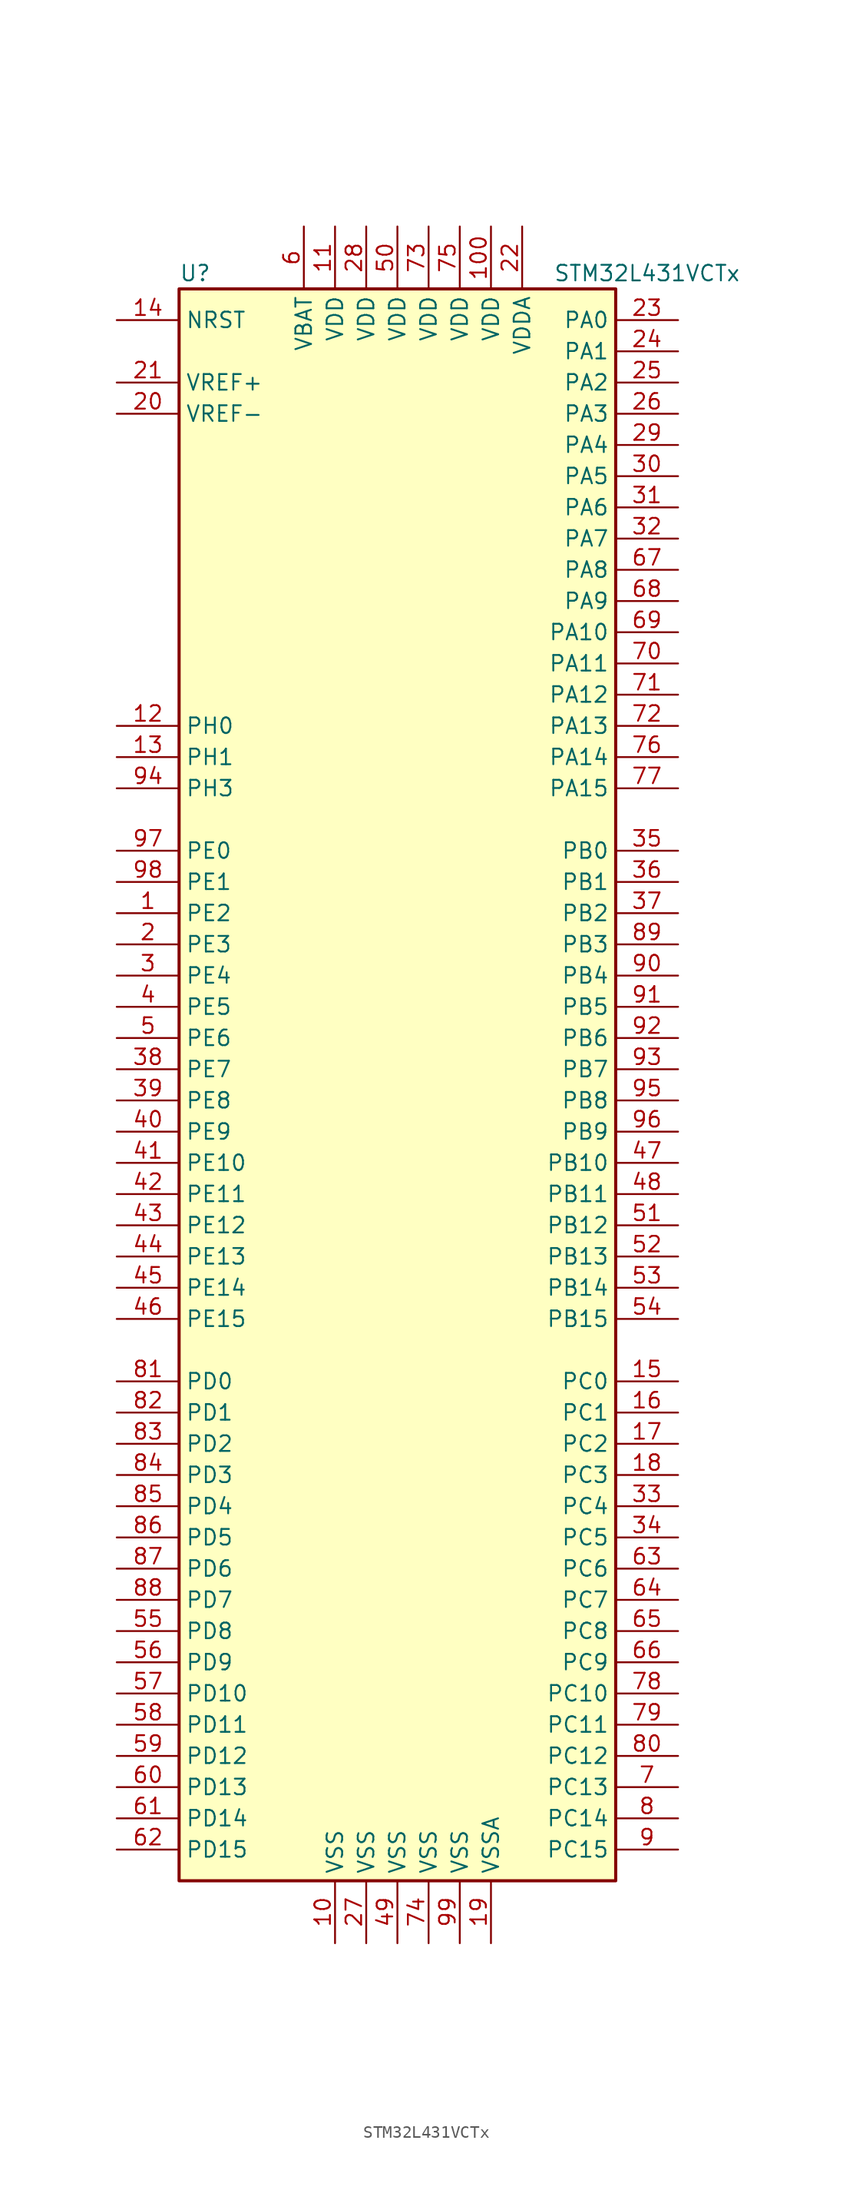
<source format=kicad_sym>
(kicad_symbol_lib
  (version 20201005)
  (generator kicad_symbol_editor)
  (symbol "STM32L431VCTx"
    (property "Reference" "U"
      (at -17.78 64.77 0)
      (effects (font (size 1.27 1.27)) (justify left)))
    (property "Value" "STM32L431VCTx"
      (at 12.7 64.77 0)
      (effects (font (size 1.27 1.27)) (justify left)))
    (symbol "STM32L431VCTx_0_1"
      (rectangle (start -17.78 -66.04) (end 17.78 63.5) (stroke (width 0.254)) (fill (type background))))
    (symbol "STM32L431VCTx_1_1"
      (pin bidirectional line (at -22.86 12.7 0) (length 5.08) (name "PE2" (effects (font (size 1.27 1.27)))) (number "1" (effects (font (size 1.27 1.27)))))
      (pin power_in line (at -5.08 -71.12 90) (length 5.08) (name "VSS" (effects (font (size 1.27 1.27)))) (number "10" (effects (font (size 1.27 1.27)))))
      (pin power_in line (at 7.62 68.58 270) (length 5.08) (name "VDD" (effects (font (size 1.27 1.27)))) (number "100" (effects (font (size 1.27 1.27)))))
      (pin power_in line (at -5.08 68.58 270) (length 5.08) (name "VDD" (effects (font (size 1.27 1.27)))) (number "11" (effects (font (size 1.27 1.27)))))
      (pin input line (at -22.86 27.94 0) (length 5.08) (name "PH0" (effects (font (size 1.27 1.27)))) (number "12" (effects (font (size 1.27 1.27)))))
      (pin input line (at -22.86 25.4 0) (length 5.08) (name "PH1" (effects (font (size 1.27 1.27)))) (number "13" (effects (font (size 1.27 1.27)))))
      (pin input line (at -22.86 60.96 0) (length 5.08) (name "NRST" (effects (font (size 1.27 1.27)))) (number "14" (effects (font (size 1.27 1.27)))))
      (pin bidirectional line (at 22.86 -25.4 180) (length 5.08) (name "PC0" (effects (font (size 1.27 1.27)))) (number "15" (effects (font (size 1.27 1.27)))))
      (pin bidirectional line (at 22.86 -27.94 180) (length 5.08) (name "PC1" (effects (font (size 1.27 1.27)))) (number "16" (effects (font (size 1.27 1.27)))))
      (pin bidirectional line (at 22.86 -30.48 180) (length 5.08) (name "PC2" (effects (font (size 1.27 1.27)))) (number "17" (effects (font (size 1.27 1.27)))))
      (pin bidirectional line (at 22.86 -33.02 180) (length 5.08) (name "PC3" (effects (font (size 1.27 1.27)))) (number "18" (effects (font (size 1.27 1.27)))))
      (pin power_in line (at 7.62 -71.12 90) (length 5.08) (name "VSSA" (effects (font (size 1.27 1.27)))) (number "19" (effects (font (size 1.27 1.27)))))
      (pin bidirectional line (at -22.86 10.16 0) (length 5.08) (name "PE3" (effects (font (size 1.27 1.27)))) (number "2" (effects (font (size 1.27 1.27)))))
      (pin power_in line (at -22.86 53.34 0) (length 5.08) (name "VREF-" (effects (font (size 1.27 1.27)))) (number "20" (effects (font (size 1.27 1.27)))))
      (pin bidirectional line (at -22.86 55.88 0) (length 5.08) (name "VREF+" (effects (font (size 1.27 1.27)))) (number "21" (effects (font (size 1.27 1.27)))))
      (pin power_in line (at 10.16 68.58 270) (length 5.08) (name "VDDA" (effects (font (size 1.27 1.27)))) (number "22" (effects (font (size 1.27 1.27)))))
      (pin bidirectional line (at 22.86 60.96 180) (length 5.08) (name "PA0" (effects (font (size 1.27 1.27)))) (number "23" (effects (font (size 1.27 1.27)))))
      (pin bidirectional line (at 22.86 58.42 180) (length 5.08) (name "PA1" (effects (font (size 1.27 1.27)))) (number "24" (effects (font (size 1.27 1.27)))))
      (pin bidirectional line (at 22.86 55.88 180) (length 5.08) (name "PA2" (effects (font (size 1.27 1.27)))) (number "25" (effects (font (size 1.27 1.27)))))
      (pin bidirectional line (at 22.86 53.34 180) (length 5.08) (name "PA3" (effects (font (size 1.27 1.27)))) (number "26" (effects (font (size 1.27 1.27)))))
      (pin power_in line (at -2.54 -71.12 90) (length 5.08) (name "VSS" (effects (font (size 1.27 1.27)))) (number "27" (effects (font (size 1.27 1.27)))))
      (pin power_in line (at -2.54 68.58 270) (length 5.08) (name "VDD" (effects (font (size 1.27 1.27)))) (number "28" (effects (font (size 1.27 1.27)))))
      (pin bidirectional line (at 22.86 50.8 180) (length 5.08) (name "PA4" (effects (font (size 1.27 1.27)))) (number "29" (effects (font (size 1.27 1.27)))))
      (pin bidirectional line (at -22.86 7.62 0) (length 5.08) (name "PE4" (effects (font (size 1.27 1.27)))) (number "3" (effects (font (size 1.27 1.27)))))
      (pin bidirectional line (at 22.86 48.26 180) (length 5.08) (name "PA5" (effects (font (size 1.27 1.27)))) (number "30" (effects (font (size 1.27 1.27)))))
      (pin bidirectional line (at 22.86 45.72 180) (length 5.08) (name "PA6" (effects (font (size 1.27 1.27)))) (number "31" (effects (font (size 1.27 1.27)))))
      (pin bidirectional line (at 22.86 43.18 180) (length 5.08) (name "PA7" (effects (font (size 1.27 1.27)))) (number "32" (effects (font (size 1.27 1.27)))))
      (pin bidirectional line (at 22.86 -35.56 180) (length 5.08) (name "PC4" (effects (font (size 1.27 1.27)))) (number "33" (effects (font (size 1.27 1.27)))))
      (pin bidirectional line (at 22.86 -38.1 180) (length 5.08) (name "PC5" (effects (font (size 1.27 1.27)))) (number "34" (effects (font (size 1.27 1.27)))))
      (pin bidirectional line (at 22.86 17.78 180) (length 5.08) (name "PB0" (effects (font (size 1.27 1.27)))) (number "35" (effects (font (size 1.27 1.27)))))
      (pin bidirectional line (at 22.86 15.24 180) (length 5.08) (name "PB1" (effects (font (size 1.27 1.27)))) (number "36" (effects (font (size 1.27 1.27)))))
      (pin bidirectional line (at 22.86 12.7 180) (length 5.08) (name "PB2" (effects (font (size 1.27 1.27)))) (number "37" (effects (font (size 1.27 1.27)))))
      (pin bidirectional line (at -22.86 0 0) (length 5.08) (name "PE7" (effects (font (size 1.27 1.27)))) (number "38" (effects (font (size 1.27 1.27)))))
      (pin bidirectional line (at -22.86 -2.54 0) (length 5.08) (name "PE8" (effects (font (size 1.27 1.27)))) (number "39" (effects (font (size 1.27 1.27)))))
      (pin bidirectional line (at -22.86 5.08 0) (length 5.08) (name "PE5" (effects (font (size 1.27 1.27)))) (number "4" (effects (font (size 1.27 1.27)))))
      (pin bidirectional line (at -22.86 -5.08 0) (length 5.08) (name "PE9" (effects (font (size 1.27 1.27)))) (number "40" (effects (font (size 1.27 1.27)))))
      (pin bidirectional line (at -22.86 -7.62 0) (length 5.08) (name "PE10" (effects (font (size 1.27 1.27)))) (number "41" (effects (font (size 1.27 1.27)))))
      (pin bidirectional line (at -22.86 -10.16 0) (length 5.08) (name "PE11" (effects (font (size 1.27 1.27)))) (number "42" (effects (font (size 1.27 1.27)))))
      (pin bidirectional line (at -22.86 -12.7 0) (length 5.08) (name "PE12" (effects (font (size 1.27 1.27)))) (number "43" (effects (font (size 1.27 1.27)))))
      (pin bidirectional line (at -22.86 -15.24 0) (length 5.08) (name "PE13" (effects (font (size 1.27 1.27)))) (number "44" (effects (font (size 1.27 1.27)))))
      (pin bidirectional line (at -22.86 -17.78 0) (length 5.08) (name "PE14" (effects (font (size 1.27 1.27)))) (number "45" (effects (font (size 1.27 1.27)))))
      (pin bidirectional line (at -22.86 -20.32 0) (length 5.08) (name "PE15" (effects (font (size 1.27 1.27)))) (number "46" (effects (font (size 1.27 1.27)))))
      (pin bidirectional line (at 22.86 -7.62 180) (length 5.08) (name "PB10" (effects (font (size 1.27 1.27)))) (number "47" (effects (font (size 1.27 1.27)))))
      (pin bidirectional line (at 22.86 -10.16 180) (length 5.08) (name "PB11" (effects (font (size 1.27 1.27)))) (number "48" (effects (font (size 1.27 1.27)))))
      (pin power_in line (at 0 -71.12 90) (length 5.08) (name "VSS" (effects (font (size 1.27 1.27)))) (number "49" (effects (font (size 1.27 1.27)))))
      (pin bidirectional line (at -22.86 2.54 0) (length 5.08) (name "PE6" (effects (font (size 1.27 1.27)))) (number "5" (effects (font (size 1.27 1.27)))))
      (pin power_in line (at 0 68.58 270) (length 5.08) (name "VDD" (effects (font (size 1.27 1.27)))) (number "50" (effects (font (size 1.27 1.27)))))
      (pin bidirectional line (at 22.86 -12.7 180) (length 5.08) (name "PB12" (effects (font (size 1.27 1.27)))) (number "51" (effects (font (size 1.27 1.27)))))
      (pin bidirectional line (at 22.86 -15.24 180) (length 5.08) (name "PB13" (effects (font (size 1.27 1.27)))) (number "52" (effects (font (size 1.27 1.27)))))
      (pin bidirectional line (at 22.86 -17.78 180) (length 5.08) (name "PB14" (effects (font (size 1.27 1.27)))) (number "53" (effects (font (size 1.27 1.27)))))
      (pin bidirectional line (at 22.86 -20.32 180) (length 5.08) (name "PB15" (effects (font (size 1.27 1.27)))) (number "54" (effects (font (size 1.27 1.27)))))
      (pin bidirectional line (at -22.86 -45.72 0) (length 5.08) (name "PD8" (effects (font (size 1.27 1.27)))) (number "55" (effects (font (size 1.27 1.27)))))
      (pin bidirectional line (at -22.86 -48.26 0) (length 5.08) (name "PD9" (effects (font (size 1.27 1.27)))) (number "56" (effects (font (size 1.27 1.27)))))
      (pin bidirectional line (at -22.86 -50.8 0) (length 5.08) (name "PD10" (effects (font (size 1.27 1.27)))) (number "57" (effects (font (size 1.27 1.27)))))
      (pin bidirectional line (at -22.86 -53.34 0) (length 5.08) (name "PD11" (effects (font (size 1.27 1.27)))) (number "58" (effects (font (size 1.27 1.27)))))
      (pin bidirectional line (at -22.86 -55.88 0) (length 5.08) (name "PD12" (effects (font (size 1.27 1.27)))) (number "59" (effects (font (size 1.27 1.27)))))
      (pin power_in line (at -7.62 68.58 270) (length 5.08) (name "VBAT" (effects (font (size 1.27 1.27)))) (number "6" (effects (font (size 1.27 1.27)))))
      (pin bidirectional line (at -22.86 -58.42 0) (length 5.08) (name "PD13" (effects (font (size 1.27 1.27)))) (number "60" (effects (font (size 1.27 1.27)))))
      (pin bidirectional line (at -22.86 -60.96 0) (length 5.08) (name "PD14" (effects (font (size 1.27 1.27)))) (number "61" (effects (font (size 1.27 1.27)))))
      (pin bidirectional line (at -22.86 -63.5 0) (length 5.08) (name "PD15" (effects (font (size 1.27 1.27)))) (number "62" (effects (font (size 1.27 1.27)))))
      (pin bidirectional line (at 22.86 -40.64 180) (length 5.08) (name "PC6" (effects (font (size 1.27 1.27)))) (number "63" (effects (font (size 1.27 1.27)))))
      (pin bidirectional line (at 22.86 -43.18 180) (length 5.08) (name "PC7" (effects (font (size 1.27 1.27)))) (number "64" (effects (font (size 1.27 1.27)))))
      (pin bidirectional line (at 22.86 -45.72 180) (length 5.08) (name "PC8" (effects (font (size 1.27 1.27)))) (number "65" (effects (font (size 1.27 1.27)))))
      (pin bidirectional line (at 22.86 -48.26 180) (length 5.08) (name "PC9" (effects (font (size 1.27 1.27)))) (number "66" (effects (font (size 1.27 1.27)))))
      (pin bidirectional line (at 22.86 40.64 180) (length 5.08) (name "PA8" (effects (font (size 1.27 1.27)))) (number "67" (effects (font (size 1.27 1.27)))))
      (pin bidirectional line (at 22.86 38.1 180) (length 5.08) (name "PA9" (effects (font (size 1.27 1.27)))) (number "68" (effects (font (size 1.27 1.27)))))
      (pin bidirectional line (at 22.86 35.56 180) (length 5.08) (name "PA10" (effects (font (size 1.27 1.27)))) (number "69" (effects (font (size 1.27 1.27)))))
      (pin bidirectional line (at 22.86 -58.42 180) (length 5.08) (name "PC13" (effects (font (size 1.27 1.27)))) (number "7" (effects (font (size 1.27 1.27)))))
      (pin bidirectional line (at 22.86 33.02 180) (length 5.08) (name "PA11" (effects (font (size 1.27 1.27)))) (number "70" (effects (font (size 1.27 1.27)))))
      (pin bidirectional line (at 22.86 30.48 180) (length 5.08) (name "PA12" (effects (font (size 1.27 1.27)))) (number "71" (effects (font (size 1.27 1.27)))))
      (pin bidirectional line (at 22.86 27.94 180) (length 5.08) (name "PA13" (effects (font (size 1.27 1.27)))) (number "72" (effects (font (size 1.27 1.27)))))
      (pin power_in line (at 2.54 68.58 270) (length 5.08) (name "VDD" (effects (font (size 1.27 1.27)))) (number "73" (effects (font (size 1.27 1.27)))))
      (pin power_in line (at 2.54 -71.12 90) (length 5.08) (name "VSS" (effects (font (size 1.27 1.27)))) (number "74" (effects (font (size 1.27 1.27)))))
      (pin power_in line (at 5.08 68.58 270) (length 5.08) (name "VDD" (effects (font (size 1.27 1.27)))) (number "75" (effects (font (size 1.27 1.27)))))
      (pin bidirectional line (at 22.86 25.4 180) (length 5.08) (name "PA14" (effects (font (size 1.27 1.27)))) (number "76" (effects (font (size 1.27 1.27)))))
      (pin bidirectional line (at 22.86 22.86 180) (length 5.08) (name "PA15" (effects (font (size 1.27 1.27)))) (number "77" (effects (font (size 1.27 1.27)))))
      (pin bidirectional line (at 22.86 -50.8 180) (length 5.08) (name "PC10" (effects (font (size 1.27 1.27)))) (number "78" (effects (font (size 1.27 1.27)))))
      (pin bidirectional line (at 22.86 -53.34 180) (length 5.08) (name "PC11" (effects (font (size 1.27 1.27)))) (number "79" (effects (font (size 1.27 1.27)))))
      (pin bidirectional line (at 22.86 -60.96 180) (length 5.08) (name "PC14" (effects (font (size 1.27 1.27)))) (number "8" (effects (font (size 1.27 1.27)))))
      (pin bidirectional line (at 22.86 -55.88 180) (length 5.08) (name "PC12" (effects (font (size 1.27 1.27)))) (number "80" (effects (font (size 1.27 1.27)))))
      (pin bidirectional line (at -22.86 -25.4 0) (length 5.08) (name "PD0" (effects (font (size 1.27 1.27)))) (number "81" (effects (font (size 1.27 1.27)))))
      (pin bidirectional line (at -22.86 -27.94 0) (length 5.08) (name "PD1" (effects (font (size 1.27 1.27)))) (number "82" (effects (font (size 1.27 1.27)))))
      (pin bidirectional line (at -22.86 -30.48 0) (length 5.08) (name "PD2" (effects (font (size 1.27 1.27)))) (number "83" (effects (font (size 1.27 1.27)))))
      (pin bidirectional line (at -22.86 -33.02 0) (length 5.08) (name "PD3" (effects (font (size 1.27 1.27)))) (number "84" (effects (font (size 1.27 1.27)))))
      (pin bidirectional line (at -22.86 -35.56 0) (length 5.08) (name "PD4" (effects (font (size 1.27 1.27)))) (number "85" (effects (font (size 1.27 1.27)))))
      (pin bidirectional line (at -22.86 -38.1 0) (length 5.08) (name "PD5" (effects (font (size 1.27 1.27)))) (number "86" (effects (font (size 1.27 1.27)))))
      (pin bidirectional line (at -22.86 -40.64 0) (length 5.08) (name "PD6" (effects (font (size 1.27 1.27)))) (number "87" (effects (font (size 1.27 1.27)))))
      (pin bidirectional line (at -22.86 -43.18 0) (length 5.08) (name "PD7" (effects (font (size 1.27 1.27)))) (number "88" (effects (font (size 1.27 1.27)))))
      (pin bidirectional line (at 22.86 10.16 180) (length 5.08) (name "PB3" (effects (font (size 1.27 1.27)))) (number "89" (effects (font (size 1.27 1.27)))))
      (pin bidirectional line (at 22.86 -63.5 180) (length 5.08) (name "PC15" (effects (font (size 1.27 1.27)))) (number "9" (effects (font (size 1.27 1.27)))))
      (pin bidirectional line (at 22.86 7.62 180) (length 5.08) (name "PB4" (effects (font (size 1.27 1.27)))) (number "90" (effects (font (size 1.27 1.27)))))
      (pin bidirectional line (at 22.86 5.08 180) (length 5.08) (name "PB5" (effects (font (size 1.27 1.27)))) (number "91" (effects (font (size 1.27 1.27)))))
      (pin bidirectional line (at 22.86 2.54 180) (length 5.08) (name "PB6" (effects (font (size 1.27 1.27)))) (number "92" (effects (font (size 1.27 1.27)))))
      (pin bidirectional line (at 22.86 0 180) (length 5.08) (name "PB7" (effects (font (size 1.27 1.27)))) (number "93" (effects (font (size 1.27 1.27)))))
      (pin bidirectional line (at -22.86 22.86 0) (length 5.08) (name "PH3" (effects (font (size 1.27 1.27)))) (number "94" (effects (font (size 1.27 1.27)))))
      (pin bidirectional line (at 22.86 -2.54 180) (length 5.08) (name "PB8" (effects (font (size 1.27 1.27)))) (number "95" (effects (font (size 1.27 1.27)))))
      (pin bidirectional line (at 22.86 -5.08 180) (length 5.08) (name "PB9" (effects (font (size 1.27 1.27)))) (number "96" (effects (font (size 1.27 1.27)))))
      (pin bidirectional line (at -22.86 17.78 0) (length 5.08) (name "PE0" (effects (font (size 1.27 1.27)))) (number "97" (effects (font (size 1.27 1.27)))))
      (pin bidirectional line (at -22.86 15.24 0) (length 5.08) (name "PE1" (effects (font (size 1.27 1.27)))) (number "98" (effects (font (size 1.27 1.27)))))
      (pin power_in line (at 5.08 -71.12 90) (length 5.08) (name "VSS" (effects (font (size 1.27 1.27)))) (number "99" (effects (font (size 1.27 1.27))))))))
</source>
